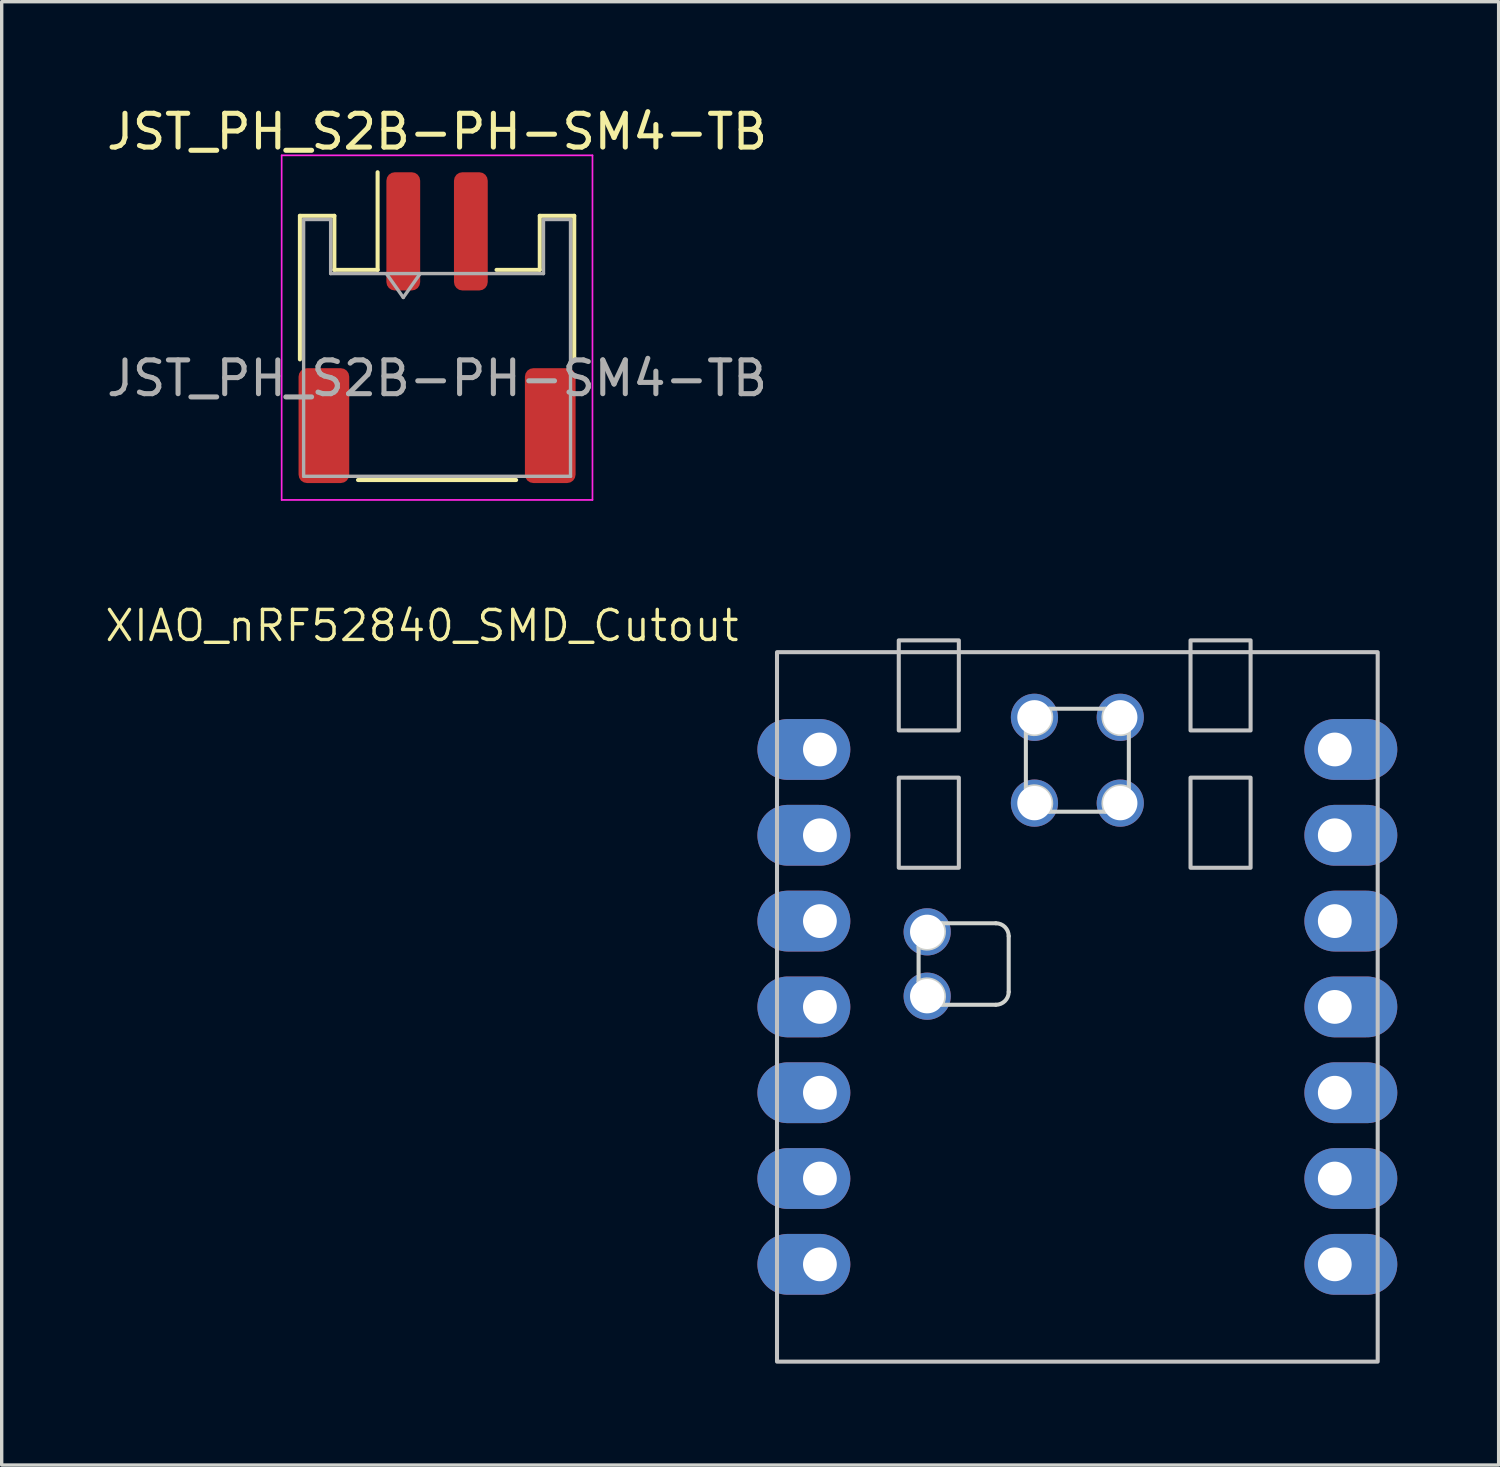
<source format=kicad_pcb>
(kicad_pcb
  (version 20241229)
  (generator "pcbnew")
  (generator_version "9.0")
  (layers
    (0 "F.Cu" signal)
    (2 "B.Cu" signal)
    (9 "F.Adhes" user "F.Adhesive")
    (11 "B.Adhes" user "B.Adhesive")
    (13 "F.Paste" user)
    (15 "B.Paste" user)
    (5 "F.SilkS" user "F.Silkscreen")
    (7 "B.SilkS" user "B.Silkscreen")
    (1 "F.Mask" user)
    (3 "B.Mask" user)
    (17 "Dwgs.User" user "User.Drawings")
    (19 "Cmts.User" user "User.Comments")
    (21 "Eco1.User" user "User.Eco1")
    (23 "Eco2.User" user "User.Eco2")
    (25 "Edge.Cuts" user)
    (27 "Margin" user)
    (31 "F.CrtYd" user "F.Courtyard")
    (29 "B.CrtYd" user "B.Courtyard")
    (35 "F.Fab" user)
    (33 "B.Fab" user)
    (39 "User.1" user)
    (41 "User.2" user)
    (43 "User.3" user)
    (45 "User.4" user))
  (footprint "JST_PH_S2B-PH-SM4-TB"
    (layer "F.Cu")
    (at 9.887 6.648)
    (property "Reference" "JST_PH_S2B-PH-SM4-TB" (at 0 -5.8 0) (layer "F.SilkS") (effects (font (size 1 1) (thickness 0.15))))
    (attr smd)
    (fp_line (start -4.06 -3.31) (end -3.04 -3.31) (stroke (width 0.12) (type solid)) (layer "F.SilkS"))
    (fp_line (start -4.06 0.94) (end -4.06 -3.31) (stroke (width 0.12) (type solid)) (layer "F.SilkS"))
    (fp_line (start -3.04 -3.31) (end -3.04 -1.71) (stroke (width 0.12) (type solid)) (layer "F.SilkS"))
    (fp_line (start -3.04 -1.71) (end -1.76 -1.71) (stroke (width 0.12) (type solid)) (layer "F.SilkS"))
    (fp_line (start -2.34 4.51) (end 2.34 4.51) (stroke (width 0.12) (type solid)) (layer "F.SilkS"))
    (fp_line (start -1.76 -1.71) (end -1.76 -4.6) (stroke (width 0.12) (type solid)) (layer "F.SilkS"))
    (fp_line (start 3.04 -3.31) (end 3.04 -1.71) (stroke (width 0.12) (type solid)) (layer "F.SilkS"))
    (fp_line (start 3.04 -1.71) (end 1.76 -1.71) (stroke (width 0.12) (type solid)) (layer "F.SilkS"))
    (fp_line (start 4.06 -3.31) (end 3.04 -3.31) (stroke (width 0.12) (type solid)) (layer "F.SilkS"))
    (fp_line (start 4.06 0.94) (end 4.06 -3.31) (stroke (width 0.12) (type solid)) (layer "F.SilkS"))
    (fp_line (start -4.6 -5.1) (end -4.6 5.1) (stroke (width 0.05) (type solid)) (layer "F.CrtYd"))
    (fp_line (start -4.6 5.1) (end 4.6 5.1) (stroke (width 0.05) (type solid)) (layer "F.CrtYd"))
    (fp_line (start 4.6 -5.1) (end -4.6 -5.1) (stroke (width 0.05) (type solid)) (layer "F.CrtYd"))
    (fp_line (start 4.6 5.1) (end 4.6 -5.1) (stroke (width 0.05) (type solid)) (layer "F.CrtYd"))
    (fp_line (start -3.95 -3.2) (end -3.95 4.4) (stroke (width 0.1) (type solid)) (layer "F.Fab"))
    (fp_line (start -3.95 -3.2) (end -3.15 -3.2) (stroke (width 0.1) (type solid)) (layer "F.Fab"))
    (fp_line (start -3.95 4.4) (end 3.95 4.4) (stroke (width 0.1) (type solid)) (layer "F.Fab"))
    (fp_line (start -3.15 -3.2) (end -3.15 -1.6) (stroke (width 0.1) (type solid)) (layer "F.Fab"))
    (fp_line (start -3.15 -1.6) (end 3.15 -1.6) (stroke (width 0.1) (type solid)) (layer "F.Fab"))
    (fp_line (start -1.5 -1.6) (end -1 -0.893) (stroke (width 0.1) (type solid)) (layer "F.Fab"))
    (fp_line (start -1 -0.893) (end -0.5 -1.6) (stroke (width 0.1) (type solid)) (layer "F.Fab"))
    (fp_line (start 3.15 -3.2) (end 3.95 -3.2) (stroke (width 0.1) (type solid)) (layer "F.Fab"))
    (fp_line (start 3.15 -1.6) (end 3.15 -3.2) (stroke (width 0.1) (type solid)) (layer "F.Fab"))
    (fp_line (start 3.95 -3.2) (end 3.95 4.4) (stroke (width 0.1) (type solid)) (layer "F.Fab"))
    (fp_text user "${REFERENCE}" (at 0 1.5 0) (layer "F.Fab") (effects (font (size 1 1) (thickness 0.15))))
    (pad "1" smd roundrect (at -1 -2.85) (size 1 3.5) (layers "F.Cu" "F.Mask" "F.Paste") (roundrect_rratio 0.25))
    (pad "2" smd roundrect (at 1 -2.85) (size 1 3.5) (layers "F.Cu" "F.Mask" "F.Paste") (roundrect_rratio 0.25))
    (pad "MP" smd roundrect (at -3.35 2.9) (size 1.5 3.4) (layers "F.Cu" "F.Mask" "F.Paste") (roundrect_rratio 0.167))
    (pad "MP" smd roundrect (at 3.35 2.9) (size 1.5 3.4) (layers "F.Cu" "F.Mask" "F.Paste") (roundrect_rratio 0.167)))
  (footprint "XIAO_nRF52840_SMD_Cutout"
    (layer "F.Cu")
    (at 28.839 26.754)
    (property "Reference" "XIAO_nRF52840_SMD_Cutout" (at -19.399 -11.283 0) (layer "F.SilkS") (effects (font (size 0.889 0.889) (thickness 0.102))))
    (attr smd exclude_from_pos_files)
    (fp_rect (start -8.89 10.5) (end 8.89 -10.5) (stroke (width 0.12) (type solid)) (fill no) (layer "Dwgs.User"))
    (fp_rect (start -5.286 -6.786) (end -3.508 -4.119) (stroke (width 0.12) (type solid)) (fill no) (layer "Dwgs.User"))
    (fp_rect (start -3.508 -8.183) (end -5.286 -10.85) (stroke (width 0.12) (type solid)) (fill no) (layer "Dwgs.User"))
    (fp_rect (start 3.35 -10.85) (end 5.128 -8.183) (stroke (width 0.12) (type solid)) (fill no) (layer "Dwgs.User"))
    (fp_rect (start 3.35 -6.786) (end 5.128 -4.119) (stroke (width 0.12) (type solid)) (fill no) (layer "Dwgs.User"))
    (fp_line (start -4.699 -0.749) (end -4.699 -1.79) (stroke (width 0.12) (type solid)) (layer "Edge.Cuts"))
    (fp_line (start -4.013 -2.476) (end -2.413 -2.476) (stroke (width 0.12) (type solid)) (layer "Edge.Cuts"))
    (fp_line (start -2.413 -0.063) (end -4.013 -0.063) (stroke (width 0.12) (type solid)) (layer "Edge.Cuts"))
    (fp_line (start -2.032 -2.095) (end -2.032 -0.444) (stroke (width 0.12) (type solid)) (layer "Edge.Cuts"))
    (fp_line (start -1.524 -6.464) (end -1.524 -8.14) (stroke (width 0.12) (type solid)) (layer "Edge.Cuts"))
    (fp_line (start -0.838 -8.826) (end 0.838 -8.826) (stroke (width 0.12) (type solid)) (layer "Edge.Cuts"))
    (fp_line (start -0.838 -5.778) (end 0.838 -5.778) (stroke (width 0.12) (type solid)) (layer "Edge.Cuts"))
    (fp_line (start 1.524 -6.464) (end 1.524 -8.14) (stroke (width 0.12) (type solid)) (layer "Edge.Cuts"))
    (fp_arc (start -4.699 -0.7488) (mid -4.095391 -0.666609) (end -4.0132 -0.063) (stroke (width 0.12) (type solid)) (layer "Edge.Cuts"))
    (fp_arc (start -4.0132 -2.476) (mid -4.095391 -1.872391) (end -4.699 -1.7902) (stroke (width 0.12) (type solid)) (layer "Edge.Cuts"))
    (fp_arc (start -2.413 -2.476) (mid -2.143592 -2.364408) (end -2.032 -2.095) (stroke (width 0.12) (type solid)) (layer "Edge.Cuts"))
    (fp_arc (start -2.032 -0.444) (mid -2.143592 -0.174592) (end -2.413 -0.063) (stroke (width 0.12) (type solid)) (layer "Edge.Cuts"))
    (fp_arc (start -1.524 -6.4638) (mid -0.920391 -6.381609) (end -0.8382 -5.778) (stroke (width 0.12) (type solid)) (layer "Edge.Cuts"))
    (fp_arc (start -0.8382 -8.826) (mid -0.920391 -8.222391) (end -1.524 -8.1402) (stroke (width 0.12) (type solid)) (layer "Edge.Cuts"))
    (fp_arc (start 0.8382 -5.778) (mid 0.920391 -6.381609) (end 1.524 -6.4638) (stroke (width 0.12) (type solid)) (layer "Edge.Cuts"))
    (fp_arc (start 1.524 -8.1402) (mid 0.920391 -8.222391) (end 0.8382 -8.826) (stroke (width 0.12) (type solid)) (layer "Edge.Cuts"))
    (pad "1" thru_hole oval (at -7.62 -7.62) (size 2.75 1.8) (drill 1 (offset -0.475 0)) (layers "*.Cu" "*.Mask"))
    (pad "2" thru_hole oval (at -7.62 -5.08) (size 2.75 1.8) (drill 1 (offset -0.475 0)) (layers "*.Cu" "*.Mask"))
    (pad "3" thru_hole oval (at -7.62 -2.54) (size 2.75 1.8) (drill 1 (offset -0.475 0)) (layers "*.Cu" "*.Mask"))
    (pad "4" thru_hole oval (at -7.62 0) (size 2.75 1.8) (drill 1 (offset -0.475 0)) (layers "*.Cu" "*.Mask"))
    (pad "5" thru_hole oval (at -7.62 2.54) (size 2.75 1.8) (drill 1 (offset -0.475 0)) (layers "*.Cu" "*.Mask"))
    (pad "6" thru_hole oval (at -7.62 5.08) (size 2.75 1.8) (drill 1 (offset -0.475 0)) (layers "*.Cu" "*.Mask"))
    (pad "7" thru_hole oval (at -7.62 7.62) (size 2.75 1.8) (drill 1 (offset -0.475 0)) (layers "*.Cu" "*.Mask"))
    (pad "8" thru_hole oval (at 7.62 7.62 180) (size 2.75 1.8) (drill 1 (offset -0.475 0)) (layers "*.Cu" "*.Mask"))
    (pad "9" thru_hole oval (at 7.62 5.08 180) (size 2.75 1.8) (drill 1 (offset -0.475 0)) (layers "*.Cu" "*.Mask"))
    (pad "10" thru_hole oval (at 7.62 2.54 180) (size 2.75 1.8) (drill 1 (offset -0.475 0)) (layers "*.Cu" "*.Mask"))
    (pad "11" thru_hole oval (at 7.62 0 180) (size 2.75 1.8) (drill 1 (offset -0.475 0)) (layers "*.Cu" "*.Mask"))
    (pad "12" thru_hole oval (at 7.62 -2.54 180) (size 2.75 1.8) (drill 1 (offset -0.475 0)) (layers "*.Cu" "*.Mask"))
    (pad "13" thru_hole oval (at 7.62 -5.08 180) (size 2.75 1.8) (drill 1 (offset -0.475 0)) (layers "*.Cu" "*.Mask"))
    (pad "14" thru_hole oval (at 7.62 -7.62 180) (size 2.75 1.8) (drill 1 (offset -0.475 0)) (layers "*.Cu" "*.Mask"))
    (pad "15" thru_hole circle (at -1.27 -8.572 90) (size 1.397 1.397) (drill 1.016) (layers "*.Cu" "*.Mask"))
    (pad "16" thru_hole circle (at 1.27 -8.572 90) (size 1.397 1.397) (drill 1.016) (layers "*.Cu" "*.Mask"))
    (pad "17" thru_hole circle (at -1.27 -6.032 90) (size 1.397 1.397) (drill 1.016) (layers "*.Cu" "*.Mask"))
    (pad "18" thru_hole circle (at 1.27 -6.032 90) (size 1.397 1.397) (drill 1.016) (layers "*.Cu" "*.Mask"))
    (pad "19" thru_hole circle (at -4.445 -0.317 180) (size 1.397 1.397) (drill 1.016) (layers "*.Cu" "*.Mask"))
    (pad "20" thru_hole circle (at -4.445 -2.222 180) (size 1.397 1.397) (drill 1.016) (layers "*.Cu" "*.Mask")))
  (gr_rect
    (start -3 -3)
    (end 41.309 40.314)
    (stroke (width 0.1) (type default))
    (fill no)
    (layer "Edge.Cuts")))
</source>
